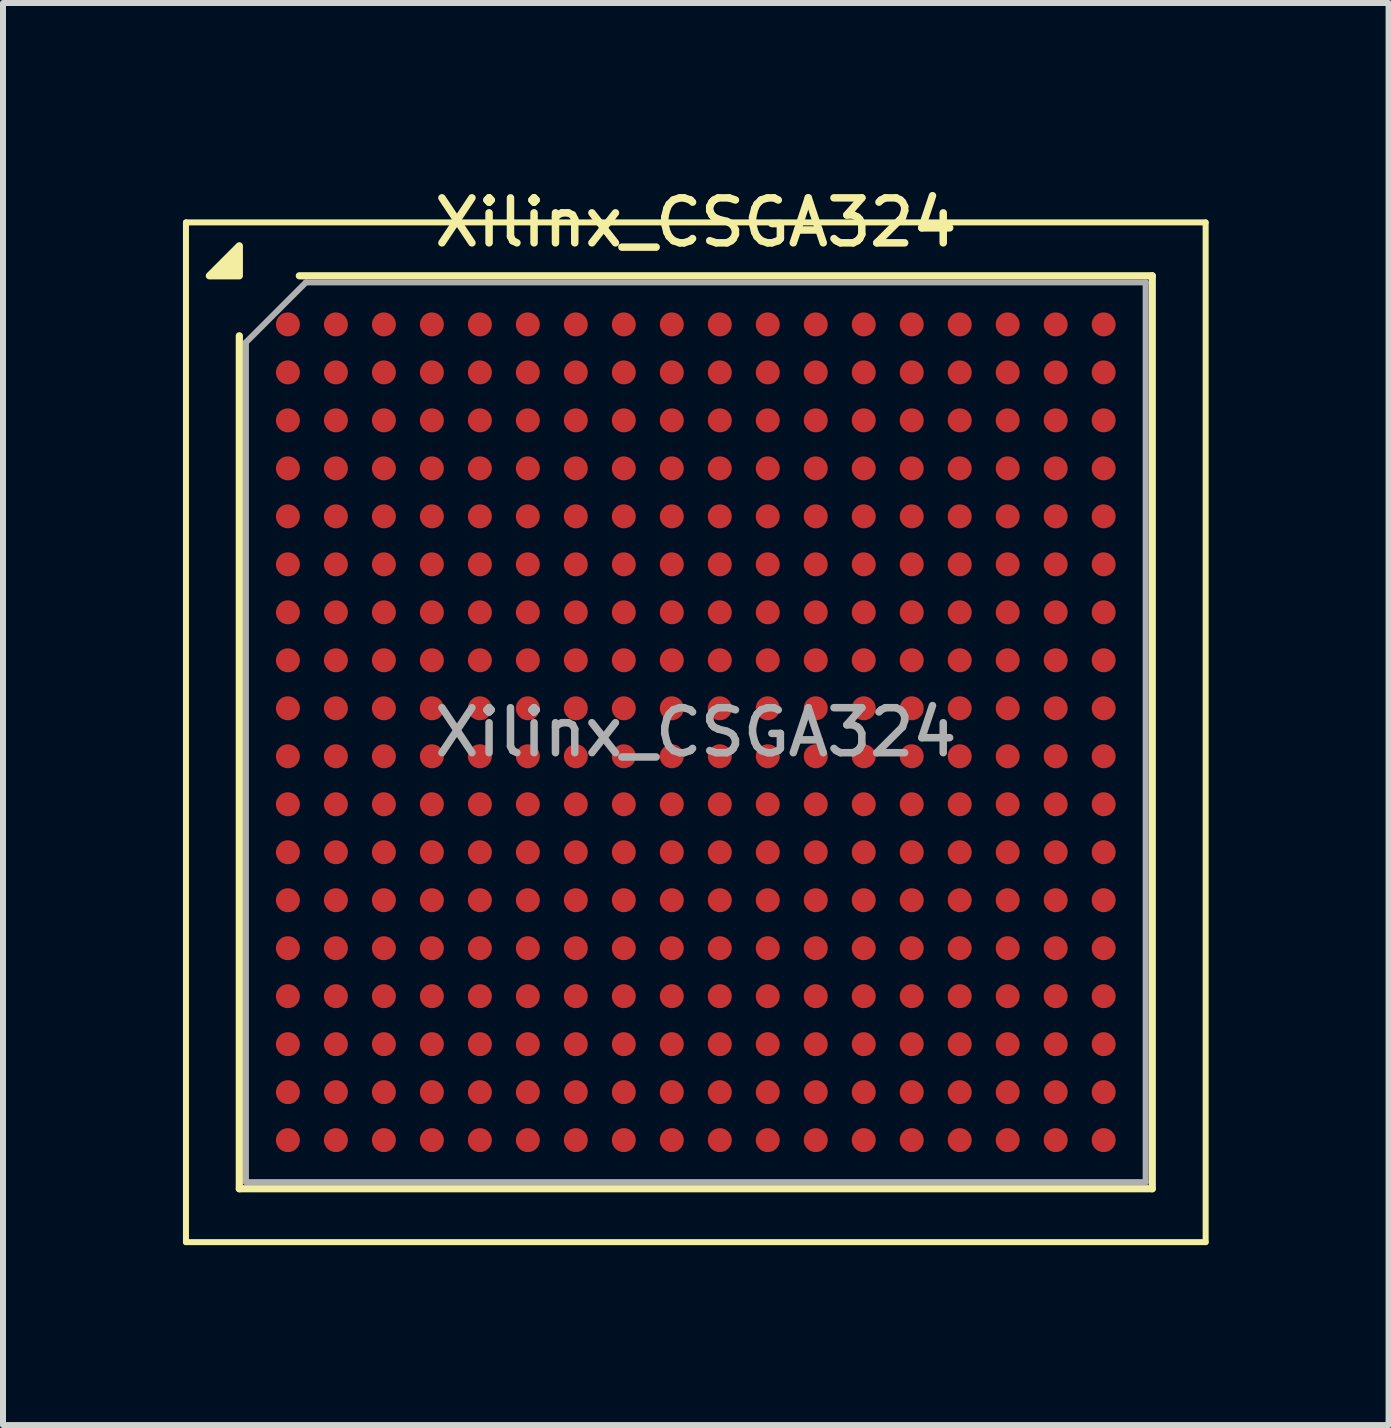
<source format=kicad_pcb>
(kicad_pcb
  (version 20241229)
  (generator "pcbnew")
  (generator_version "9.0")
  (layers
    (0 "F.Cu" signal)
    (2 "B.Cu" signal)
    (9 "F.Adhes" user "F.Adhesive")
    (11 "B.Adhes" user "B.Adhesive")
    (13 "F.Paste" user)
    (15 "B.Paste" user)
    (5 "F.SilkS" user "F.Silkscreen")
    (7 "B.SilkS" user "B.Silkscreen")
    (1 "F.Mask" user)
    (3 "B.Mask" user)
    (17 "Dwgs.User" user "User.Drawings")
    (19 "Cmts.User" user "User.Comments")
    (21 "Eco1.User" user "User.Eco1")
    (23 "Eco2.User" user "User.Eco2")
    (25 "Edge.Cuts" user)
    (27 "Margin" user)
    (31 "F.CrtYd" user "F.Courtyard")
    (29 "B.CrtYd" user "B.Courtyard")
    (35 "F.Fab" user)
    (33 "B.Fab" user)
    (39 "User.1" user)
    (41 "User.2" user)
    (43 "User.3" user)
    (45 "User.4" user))
  (footprint "Xilinx_CSGA324"
    (layer "F.Cu")
    (at 8.55 9.158)
    (property "Reference" "Xilinx_CSGA324" (at 0 -8.5 0) (layer "F.SilkS") (effects (font (size 0.75 0.75) (thickness 0.125))))
    (attr smd)
    (fp_line (start -8.5 -8.5) (end -8.5 8.5) (stroke (width 0.1) (type solid)) (layer "F.SilkS"))
    (fp_line (start -8.5 8.5) (end 8.5 8.5) (stroke (width 0.1) (type solid)) (layer "F.SilkS"))
    (fp_line (start -7.61 7.61) (end -7.61 -6.61) (stroke (width 0.12) (type solid)) (layer "F.SilkS"))
    (fp_line (start -6.61 -7.61) (end 7.61 -7.61) (stroke (width 0.12) (type solid)) (layer "F.SilkS"))
    (fp_line (start 7.61 -7.61) (end 7.61 7.61) (stroke (width 0.12) (type solid)) (layer "F.SilkS"))
    (fp_line (start 7.61 7.61) (end -7.61 7.61) (stroke (width 0.12) (type solid)) (layer "F.SilkS"))
    (fp_line (start 8.5 -8.5) (end -8.5 -8.5) (stroke (width 0.1) (type solid)) (layer "F.SilkS"))
    (fp_line (start 8.5 8.5) (end 8.5 -8.5) (stroke (width 0.1) (type solid)) (layer "F.SilkS"))
    (fp_poly (pts (xy -7.61 -7.61) (xy -8.11 -7.61) (xy -7.61 -8.11) (xy -7.61 -7.61)) (stroke (width 0.12) (type solid)) (fill yes) (layer "F.SilkS"))
    (fp_line (start -7.5 -6.5) (end -6.5 -7.5) (stroke (width 0.1) (type solid)) (layer "F.Fab"))
    (fp_line (start -7.5 7.5) (end -7.5 -6.5) (stroke (width 0.1) (type solid)) (layer "F.Fab"))
    (fp_line (start -6.5 -7.5) (end 7.5 -7.5) (stroke (width 0.1) (type solid)) (layer "F.Fab"))
    (fp_line (start 7.5 -7.5) (end 7.5 7.5) (stroke (width 0.1) (type solid)) (layer "F.Fab"))
    (fp_line (start 7.5 7.5) (end -7.5 7.5) (stroke (width 0.1) (type solid)) (layer "F.Fab"))
    (fp_text user "${REFERENCE}" (at 0 0 0) (layer "F.Fab") (effects (font (size 0.75 0.75) (thickness 0.125))))
    (pad "A1" smd circle (at -6.8 -6.8) (size 0.4 0.4) (property pad_prop_bga) (layers "F.Cu" "F.Mask" "F.Paste"))
    (pad "A2" smd circle (at -6 -6.8) (size 0.4 0.4) (property pad_prop_bga) (layers "F.Cu" "F.Mask" "F.Paste"))
    (pad "A3" smd circle (at -5.2 -6.8) (size 0.4 0.4) (property pad_prop_bga) (layers "F.Cu" "F.Mask" "F.Paste"))
    (pad "A4" smd circle (at -4.4 -6.8) (size 0.4 0.4) (property pad_prop_bga) (layers "F.Cu" "F.Mask" "F.Paste"))
    (pad "A5" smd circle (at -3.6 -6.8) (size 0.4 0.4) (property pad_prop_bga) (layers "F.Cu" "F.Mask" "F.Paste"))
    (pad "A6" smd circle (at -2.8 -6.8) (size 0.4 0.4) (property pad_prop_bga) (layers "F.Cu" "F.Mask" "F.Paste"))
    (pad "A7" smd circle (at -2 -6.8) (size 0.4 0.4) (property pad_prop_bga) (layers "F.Cu" "F.Mask" "F.Paste"))
    (pad "A8" smd circle (at -1.2 -6.8) (size 0.4 0.4) (property pad_prop_bga) (layers "F.Cu" "F.Mask" "F.Paste"))
    (pad "A9" smd circle (at -0.4 -6.8) (size 0.4 0.4) (property pad_prop_bga) (layers "F.Cu" "F.Mask" "F.Paste"))
    (pad "A10" smd circle (at 0.4 -6.8) (size 0.4 0.4) (property pad_prop_bga) (layers "F.Cu" "F.Mask" "F.Paste"))
    (pad "A11" smd circle (at 1.2 -6.8) (size 0.4 0.4) (property pad_prop_bga) (layers "F.Cu" "F.Mask" "F.Paste"))
    (pad "A12" smd circle (at 2 -6.8) (size 0.4 0.4) (property pad_prop_bga) (layers "F.Cu" "F.Mask" "F.Paste"))
    (pad "A13" smd circle (at 2.8 -6.8) (size 0.4 0.4) (property pad_prop_bga) (layers "F.Cu" "F.Mask" "F.Paste"))
    (pad "A14" smd circle (at 3.6 -6.8) (size 0.4 0.4) (property pad_prop_bga) (layers "F.Cu" "F.Mask" "F.Paste"))
    (pad "A15" smd circle (at 4.4 -6.8) (size 0.4 0.4) (property pad_prop_bga) (layers "F.Cu" "F.Mask" "F.Paste"))
    (pad "A16" smd circle (at 5.2 -6.8) (size 0.4 0.4) (property pad_prop_bga) (layers "F.Cu" "F.Mask" "F.Paste"))
    (pad "A17" smd circle (at 6 -6.8) (size 0.4 0.4) (property pad_prop_bga) (layers "F.Cu" "F.Mask" "F.Paste"))
    (pad "A18" smd circle (at 6.8 -6.8) (size 0.4 0.4) (property pad_prop_bga) (layers "F.Cu" "F.Mask" "F.Paste"))
    (pad "B1" smd circle (at -6.8 -6) (size 0.4 0.4) (property pad_prop_bga) (layers "F.Cu" "F.Mask" "F.Paste"))
    (pad "B2" smd circle (at -6 -6) (size 0.4 0.4) (property pad_prop_bga) (layers "F.Cu" "F.Mask" "F.Paste"))
    (pad "B3" smd circle (at -5.2 -6) (size 0.4 0.4) (property pad_prop_bga) (layers "F.Cu" "F.Mask" "F.Paste"))
    (pad "B4" smd circle (at -4.4 -6) (size 0.4 0.4) (property pad_prop_bga) (layers "F.Cu" "F.Mask" "F.Paste"))
    (pad "B5" smd circle (at -3.6 -6) (size 0.4 0.4) (property pad_prop_bga) (layers "F.Cu" "F.Mask" "F.Paste"))
    (pad "B6" smd circle (at -2.8 -6) (size 0.4 0.4) (property pad_prop_bga) (layers "F.Cu" "F.Mask" "F.Paste"))
    (pad "B7" smd circle (at -2 -6) (size 0.4 0.4) (property pad_prop_bga) (layers "F.Cu" "F.Mask" "F.Paste"))
    (pad "B8" smd circle (at -1.2 -6) (size 0.4 0.4) (property pad_prop_bga) (layers "F.Cu" "F.Mask" "F.Paste"))
    (pad "B9" smd circle (at -0.4 -6) (size 0.4 0.4) (property pad_prop_bga) (layers "F.Cu" "F.Mask" "F.Paste"))
    (pad "B10" smd circle (at 0.4 -6) (size 0.4 0.4) (property pad_prop_bga) (layers "F.Cu" "F.Mask" "F.Paste"))
    (pad "B11" smd circle (at 1.2 -6) (size 0.4 0.4) (property pad_prop_bga) (layers "F.Cu" "F.Mask" "F.Paste"))
    (pad "B12" smd circle (at 2 -6) (size 0.4 0.4) (property pad_prop_bga) (layers "F.Cu" "F.Mask" "F.Paste"))
    (pad "B13" smd circle (at 2.8 -6) (size 0.4 0.4) (property pad_prop_bga) (layers "F.Cu" "F.Mask" "F.Paste"))
    (pad "B14" smd circle (at 3.6 -6) (size 0.4 0.4) (property pad_prop_bga) (layers "F.Cu" "F.Mask" "F.Paste"))
    (pad "B15" smd circle (at 4.4 -6) (size 0.4 0.4) (property pad_prop_bga) (layers "F.Cu" "F.Mask" "F.Paste"))
    (pad "B16" smd circle (at 5.2 -6) (size 0.4 0.4) (property pad_prop_bga) (layers "F.Cu" "F.Mask" "F.Paste"))
    (pad "B17" smd circle (at 6 -6) (size 0.4 0.4) (property pad_prop_bga) (layers "F.Cu" "F.Mask" "F.Paste"))
    (pad "B18" smd circle (at 6.8 -6) (size 0.4 0.4) (property pad_prop_bga) (layers "F.Cu" "F.Mask" "F.Paste"))
    (pad "C1" smd circle (at -6.8 -5.2) (size 0.4 0.4) (property pad_prop_bga) (layers "F.Cu" "F.Mask" "F.Paste"))
    (pad "C2" smd circle (at -6 -5.2) (size 0.4 0.4) (property pad_prop_bga) (layers "F.Cu" "F.Mask" "F.Paste"))
    (pad "C3" smd circle (at -5.2 -5.2) (size 0.4 0.4) (property pad_prop_bga) (layers "F.Cu" "F.Mask" "F.Paste"))
    (pad "C4" smd circle (at -4.4 -5.2) (size 0.4 0.4) (property pad_prop_bga) (layers "F.Cu" "F.Mask" "F.Paste"))
    (pad "C5" smd circle (at -3.6 -5.2) (size 0.4 0.4) (property pad_prop_bga) (layers "F.Cu" "F.Mask" "F.Paste"))
    (pad "C6" smd circle (at -2.8 -5.2) (size 0.4 0.4) (property pad_prop_bga) (layers "F.Cu" "F.Mask" "F.Paste"))
    (pad "C7" smd circle (at -2 -5.2) (size 0.4 0.4) (property pad_prop_bga) (layers "F.Cu" "F.Mask" "F.Paste"))
    (pad "C8" smd circle (at -1.2 -5.2) (size 0.4 0.4) (property pad_prop_bga) (layers "F.Cu" "F.Mask" "F.Paste"))
    (pad "C9" smd circle (at -0.4 -5.2) (size 0.4 0.4) (property pad_prop_bga) (layers "F.Cu" "F.Mask" "F.Paste"))
    (pad "C10" smd circle (at 0.4 -5.2) (size 0.4 0.4) (property pad_prop_bga) (layers "F.Cu" "F.Mask" "F.Paste"))
    (pad "C11" smd circle (at 1.2 -5.2) (size 0.4 0.4) (property pad_prop_bga) (layers "F.Cu" "F.Mask" "F.Paste"))
    (pad "C12" smd circle (at 2 -5.2) (size 0.4 0.4) (property pad_prop_bga) (layers "F.Cu" "F.Mask" "F.Paste"))
    (pad "C13" smd circle (at 2.8 -5.2) (size 0.4 0.4) (property pad_prop_bga) (layers "F.Cu" "F.Mask" "F.Paste"))
    (pad "C14" smd circle (at 3.6 -5.2) (size 0.4 0.4) (property pad_prop_bga) (layers "F.Cu" "F.Mask" "F.Paste"))
    (pad "C15" smd circle (at 4.4 -5.2) (size 0.4 0.4) (property pad_prop_bga) (layers "F.Cu" "F.Mask" "F.Paste"))
    (pad "C16" smd circle (at 5.2 -5.2) (size 0.4 0.4) (property pad_prop_bga) (layers "F.Cu" "F.Mask" "F.Paste"))
    (pad "C17" smd circle (at 6 -5.2) (size 0.4 0.4) (property pad_prop_bga) (layers "F.Cu" "F.Mask" "F.Paste"))
    (pad "C18" smd circle (at 6.8 -5.2) (size 0.4 0.4) (property pad_prop_bga) (layers "F.Cu" "F.Mask" "F.Paste"))
    (pad "D1" smd circle (at -6.8 -4.4) (size 0.4 0.4) (property pad_prop_bga) (layers "F.Cu" "F.Mask" "F.Paste"))
    (pad "D2" smd circle (at -6 -4.4) (size 0.4 0.4) (property pad_prop_bga) (layers "F.Cu" "F.Mask" "F.Paste"))
    (pad "D3" smd circle (at -5.2 -4.4) (size 0.4 0.4) (property pad_prop_bga) (layers "F.Cu" "F.Mask" "F.Paste"))
    (pad "D4" smd circle (at -4.4 -4.4) (size 0.4 0.4) (property pad_prop_bga) (layers "F.Cu" "F.Mask" "F.Paste"))
    (pad "D5" smd circle (at -3.6 -4.4) (size 0.4 0.4) (property pad_prop_bga) (layers "F.Cu" "F.Mask" "F.Paste"))
    (pad "D6" smd circle (at -2.8 -4.4) (size 0.4 0.4) (property pad_prop_bga) (layers "F.Cu" "F.Mask" "F.Paste"))
    (pad "D7" smd circle (at -2 -4.4) (size 0.4 0.4) (property pad_prop_bga) (layers "F.Cu" "F.Mask" "F.Paste"))
    (pad "D8" smd circle (at -1.2 -4.4) (size 0.4 0.4) (property pad_prop_bga) (layers "F.Cu" "F.Mask" "F.Paste"))
    (pad "D9" smd circle (at -0.4 -4.4) (size 0.4 0.4) (property pad_prop_bga) (layers "F.Cu" "F.Mask" "F.Paste"))
    (pad "D10" smd circle (at 0.4 -4.4) (size 0.4 0.4) (property pad_prop_bga) (layers "F.Cu" "F.Mask" "F.Paste"))
    (pad "D11" smd circle (at 1.2 -4.4) (size 0.4 0.4) (property pad_prop_bga) (layers "F.Cu" "F.Mask" "F.Paste"))
    (pad "D12" smd circle (at 2 -4.4) (size 0.4 0.4) (property pad_prop_bga) (layers "F.Cu" "F.Mask" "F.Paste"))
    (pad "D13" smd circle (at 2.8 -4.4) (size 0.4 0.4) (property pad_prop_bga) (layers "F.Cu" "F.Mask" "F.Paste"))
    (pad "D14" smd circle (at 3.6 -4.4) (size 0.4 0.4) (property pad_prop_bga) (layers "F.Cu" "F.Mask" "F.Paste"))
    (pad "D15" smd circle (at 4.4 -4.4) (size 0.4 0.4) (property pad_prop_bga) (layers "F.Cu" "F.Mask" "F.Paste"))
    (pad "D16" smd circle (at 5.2 -4.4) (size 0.4 0.4) (property pad_prop_bga) (layers "F.Cu" "F.Mask" "F.Paste"))
    (pad "D17" smd circle (at 6 -4.4) (size 0.4 0.4) (property pad_prop_bga) (layers "F.Cu" "F.Mask" "F.Paste"))
    (pad "D18" smd circle (at 6.8 -4.4) (size 0.4 0.4) (property pad_prop_bga) (layers "F.Cu" "F.Mask" "F.Paste"))
    (pad "E1" smd circle (at -6.8 -3.6) (size 0.4 0.4) (property pad_prop_bga) (layers "F.Cu" "F.Mask" "F.Paste"))
    (pad "E2" smd circle (at -6 -3.6) (size 0.4 0.4) (property pad_prop_bga) (layers "F.Cu" "F.Mask" "F.Paste"))
    (pad "E3" smd circle (at -5.2 -3.6) (size 0.4 0.4) (property pad_prop_bga) (layers "F.Cu" "F.Mask" "F.Paste"))
    (pad "E4" smd circle (at -4.4 -3.6) (size 0.4 0.4) (property pad_prop_bga) (layers "F.Cu" "F.Mask" "F.Paste"))
    (pad "E5" smd circle (at -3.6 -3.6) (size 0.4 0.4) (property pad_prop_bga) (layers "F.Cu" "F.Mask" "F.Paste"))
    (pad "E6" smd circle (at -2.8 -3.6) (size 0.4 0.4) (property pad_prop_bga) (layers "F.Cu" "F.Mask" "F.Paste"))
    (pad "E7" smd circle (at -2 -3.6) (size 0.4 0.4) (property pad_prop_bga) (layers "F.Cu" "F.Mask" "F.Paste"))
    (pad "E8" smd circle (at -1.2 -3.6) (size 0.4 0.4) (property pad_prop_bga) (layers "F.Cu" "F.Mask" "F.Paste"))
    (pad "E9" smd circle (at -0.4 -3.6) (size 0.4 0.4) (property pad_prop_bga) (layers "F.Cu" "F.Mask" "F.Paste"))
    (pad "E10" smd circle (at 0.4 -3.6) (size 0.4 0.4) (property pad_prop_bga) (layers "F.Cu" "F.Mask" "F.Paste"))
    (pad "E11" smd circle (at 1.2 -3.6) (size 0.4 0.4) (property pad_prop_bga) (layers "F.Cu" "F.Mask" "F.Paste"))
    (pad "E12" smd circle (at 2 -3.6) (size 0.4 0.4) (property pad_prop_bga) (layers "F.Cu" "F.Mask" "F.Paste"))
    (pad "E13" smd circle (at 2.8 -3.6) (size 0.4 0.4) (property pad_prop_bga) (layers "F.Cu" "F.Mask" "F.Paste"))
    (pad "E14" smd circle (at 3.6 -3.6) (size 0.4 0.4) (property pad_prop_bga) (layers "F.Cu" "F.Mask" "F.Paste"))
    (pad "E15" smd circle (at 4.4 -3.6) (size 0.4 0.4) (property pad_prop_bga) (layers "F.Cu" "F.Mask" "F.Paste"))
    (pad "E16" smd circle (at 5.2 -3.6) (size 0.4 0.4) (property pad_prop_bga) (layers "F.Cu" "F.Mask" "F.Paste"))
    (pad "E17" smd circle (at 6 -3.6) (size 0.4 0.4) (property pad_prop_bga) (layers "F.Cu" "F.Mask" "F.Paste"))
    (pad "E18" smd circle (at 6.8 -3.6) (size 0.4 0.4) (property pad_prop_bga) (layers "F.Cu" "F.Mask" "F.Paste"))
    (pad "F1" smd circle (at -6.8 -2.8) (size 0.4 0.4) (property pad_prop_bga) (layers "F.Cu" "F.Mask" "F.Paste"))
    (pad "F2" smd circle (at -6 -2.8) (size 0.4 0.4) (property pad_prop_bga) (layers "F.Cu" "F.Mask" "F.Paste"))
    (pad "F3" smd circle (at -5.2 -2.8) (size 0.4 0.4) (property pad_prop_bga) (layers "F.Cu" "F.Mask" "F.Paste"))
    (pad "F4" smd circle (at -4.4 -2.8) (size 0.4 0.4) (property pad_prop_bga) (layers "F.Cu" "F.Mask" "F.Paste"))
    (pad "F5" smd circle (at -3.6 -2.8) (size 0.4 0.4) (property pad_prop_bga) (layers "F.Cu" "F.Mask" "F.Paste"))
    (pad "F6" smd circle (at -2.8 -2.8) (size 0.4 0.4) (property pad_prop_bga) (layers "F.Cu" "F.Mask" "F.Paste"))
    (pad "F7" smd circle (at -2 -2.8) (size 0.4 0.4) (property pad_prop_bga) (layers "F.Cu" "F.Mask" "F.Paste"))
    (pad "F8" smd circle (at -1.2 -2.8) (size 0.4 0.4) (property pad_prop_bga) (layers "F.Cu" "F.Mask" "F.Paste"))
    (pad "F9" smd circle (at -0.4 -2.8) (size 0.4 0.4) (property pad_prop_bga) (layers "F.Cu" "F.Mask" "F.Paste"))
    (pad "F10" smd circle (at 0.4 -2.8) (size 0.4 0.4) (property pad_prop_bga) (layers "F.Cu" "F.Mask" "F.Paste"))
    (pad "F11" smd circle (at 1.2 -2.8) (size 0.4 0.4) (property pad_prop_bga) (layers "F.Cu" "F.Mask" "F.Paste"))
    (pad "F12" smd circle (at 2 -2.8) (size 0.4 0.4) (property pad_prop_bga) (layers "F.Cu" "F.Mask" "F.Paste"))
    (pad "F13" smd circle (at 2.8 -2.8) (size 0.4 0.4) (property pad_prop_bga) (layers "F.Cu" "F.Mask" "F.Paste"))
    (pad "F14" smd circle (at 3.6 -2.8) (size 0.4 0.4) (property pad_prop_bga) (layers "F.Cu" "F.Mask" "F.Paste"))
    (pad "F15" smd circle (at 4.4 -2.8) (size 0.4 0.4) (property pad_prop_bga) (layers "F.Cu" "F.Mask" "F.Paste"))
    (pad "F16" smd circle (at 5.2 -2.8) (size 0.4 0.4) (property pad_prop_bga) (layers "F.Cu" "F.Mask" "F.Paste"))
    (pad "F17" smd circle (at 6 -2.8) (size 0.4 0.4) (property pad_prop_bga) (layers "F.Cu" "F.Mask" "F.Paste"))
    (pad "F18" smd circle (at 6.8 -2.8) (size 0.4 0.4) (property pad_prop_bga) (layers "F.Cu" "F.Mask" "F.Paste"))
    (pad "G1" smd circle (at -6.8 -2) (size 0.4 0.4) (property pad_prop_bga) (layers "F.Cu" "F.Mask" "F.Paste"))
    (pad "G2" smd circle (at -6 -2) (size 0.4 0.4) (property pad_prop_bga) (layers "F.Cu" "F.Mask" "F.Paste"))
    (pad "G3" smd circle (at -5.2 -2) (size 0.4 0.4) (property pad_prop_bga) (layers "F.Cu" "F.Mask" "F.Paste"))
    (pad "G4" smd circle (at -4.4 -2) (size 0.4 0.4) (property pad_prop_bga) (layers "F.Cu" "F.Mask" "F.Paste"))
    (pad "G5" smd circle (at -3.6 -2) (size 0.4 0.4) (property pad_prop_bga) (layers "F.Cu" "F.Mask" "F.Paste"))
    (pad "G6" smd circle (at -2.8 -2) (size 0.4 0.4) (property pad_prop_bga) (layers "F.Cu" "F.Mask" "F.Paste"))
    (pad "G7" smd circle (at -2 -2) (size 0.4 0.4) (property pad_prop_bga) (layers "F.Cu" "F.Mask" "F.Paste"))
    (pad "G8" smd circle (at -1.2 -2) (size 0.4 0.4) (property pad_prop_bga) (layers "F.Cu" "F.Mask" "F.Paste"))
    (pad "G9" smd circle (at -0.4 -2) (size 0.4 0.4) (property pad_prop_bga) (layers "F.Cu" "F.Mask" "F.Paste"))
    (pad "G10" smd circle (at 0.4 -2) (size 0.4 0.4) (property pad_prop_bga) (layers "F.Cu" "F.Mask" "F.Paste"))
    (pad "G11" smd circle (at 1.2 -2) (size 0.4 0.4) (property pad_prop_bga) (layers "F.Cu" "F.Mask" "F.Paste"))
    (pad "G12" smd circle (at 2 -2) (size 0.4 0.4) (property pad_prop_bga) (layers "F.Cu" "F.Mask" "F.Paste"))
    (pad "G13" smd circle (at 2.8 -2) (size 0.4 0.4) (property pad_prop_bga) (layers "F.Cu" "F.Mask" "F.Paste"))
    (pad "G14" smd circle (at 3.6 -2) (size 0.4 0.4) (property pad_prop_bga) (layers "F.Cu" "F.Mask" "F.Paste"))
    (pad "G15" smd circle (at 4.4 -2) (size 0.4 0.4) (property pad_prop_bga) (layers "F.Cu" "F.Mask" "F.Paste"))
    (pad "G16" smd circle (at 5.2 -2) (size 0.4 0.4) (property pad_prop_bga) (layers "F.Cu" "F.Mask" "F.Paste"))
    (pad "G17" smd circle (at 6 -2) (size 0.4 0.4) (property pad_prop_bga) (layers "F.Cu" "F.Mask" "F.Paste"))
    (pad "G18" smd circle (at 6.8 -2) (size 0.4 0.4) (property pad_prop_bga) (layers "F.Cu" "F.Mask" "F.Paste"))
    (pad "H1" smd circle (at -6.8 -1.2) (size 0.4 0.4) (property pad_prop_bga) (layers "F.Cu" "F.Mask" "F.Paste"))
    (pad "H2" smd circle (at -6 -1.2) (size 0.4 0.4) (property pad_prop_bga) (layers "F.Cu" "F.Mask" "F.Paste"))
    (pad "H3" smd circle (at -5.2 -1.2) (size 0.4 0.4) (property pad_prop_bga) (layers "F.Cu" "F.Mask" "F.Paste"))
    (pad "H4" smd circle (at -4.4 -1.2) (size 0.4 0.4) (property pad_prop_bga) (layers "F.Cu" "F.Mask" "F.Paste"))
    (pad "H5" smd circle (at -3.6 -1.2) (size 0.4 0.4) (property pad_prop_bga) (layers "F.Cu" "F.Mask" "F.Paste"))
    (pad "H6" smd circle (at -2.8 -1.2) (size 0.4 0.4) (property pad_prop_bga) (layers "F.Cu" "F.Mask" "F.Paste"))
    (pad "H7" smd circle (at -2 -1.2) (size 0.4 0.4) (property pad_prop_bga) (layers "F.Cu" "F.Mask" "F.Paste"))
    (pad "H8" smd circle (at -1.2 -1.2) (size 0.4 0.4) (property pad_prop_bga) (layers "F.Cu" "F.Mask" "F.Paste"))
    (pad "H9" smd circle (at -0.4 -1.2) (size 0.4 0.4) (property pad_prop_bga) (layers "F.Cu" "F.Mask" "F.Paste"))
    (pad "H10" smd circle (at 0.4 -1.2) (size 0.4 0.4) (property pad_prop_bga) (layers "F.Cu" "F.Mask" "F.Paste"))
    (pad "H11" smd circle (at 1.2 -1.2) (size 0.4 0.4) (property pad_prop_bga) (layers "F.Cu" "F.Mask" "F.Paste"))
    (pad "H12" smd circle (at 2 -1.2) (size 0.4 0.4) (property pad_prop_bga) (layers "F.Cu" "F.Mask" "F.Paste"))
    (pad "H13" smd circle (at 2.8 -1.2) (size 0.4 0.4) (property pad_prop_bga) (layers "F.Cu" "F.Mask" "F.Paste"))
    (pad "H14" smd circle (at 3.6 -1.2) (size 0.4 0.4) (property pad_prop_bga) (layers "F.Cu" "F.Mask" "F.Paste"))
    (pad "H15" smd circle (at 4.4 -1.2) (size 0.4 0.4) (property pad_prop_bga) (layers "F.Cu" "F.Mask" "F.Paste"))
    (pad "H16" smd circle (at 5.2 -1.2) (size 0.4 0.4) (property pad_prop_bga) (layers "F.Cu" "F.Mask" "F.Paste"))
    (pad "H17" smd circle (at 6 -1.2) (size 0.4 0.4) (property pad_prop_bga) (layers "F.Cu" "F.Mask" "F.Paste"))
    (pad "H18" smd circle (at 6.8 -1.2) (size 0.4 0.4) (property pad_prop_bga) (layers "F.Cu" "F.Mask" "F.Paste"))
    (pad "J1" smd circle (at -6.8 -0.4) (size 0.4 0.4) (property pad_prop_bga) (layers "F.Cu" "F.Mask" "F.Paste"))
    (pad "J2" smd circle (at -6 -0.4) (size 0.4 0.4) (property pad_prop_bga) (layers "F.Cu" "F.Mask" "F.Paste"))
    (pad "J3" smd circle (at -5.2 -0.4) (size 0.4 0.4) (property pad_prop_bga) (layers "F.Cu" "F.Mask" "F.Paste"))
    (pad "J4" smd circle (at -4.4 -0.4) (size 0.4 0.4) (property pad_prop_bga) (layers "F.Cu" "F.Mask" "F.Paste"))
    (pad "J5" smd circle (at -3.6 -0.4) (size 0.4 0.4) (property pad_prop_bga) (layers "F.Cu" "F.Mask" "F.Paste"))
    (pad "J6" smd circle (at -2.8 -0.4) (size 0.4 0.4) (property pad_prop_bga) (layers "F.Cu" "F.Mask" "F.Paste"))
    (pad "J7" smd circle (at -2 -0.4) (size 0.4 0.4) (property pad_prop_bga) (layers "F.Cu" "F.Mask" "F.Paste"))
    (pad "J8" smd circle (at -1.2 -0.4) (size 0.4 0.4) (property pad_prop_bga) (layers "F.Cu" "F.Mask" "F.Paste"))
    (pad "J9" smd circle (at -0.4 -0.4) (size 0.4 0.4) (property pad_prop_bga) (layers "F.Cu" "F.Mask" "F.Paste"))
    (pad "J10" smd circle (at 0.4 -0.4) (size 0.4 0.4) (property pad_prop_bga) (layers "F.Cu" "F.Mask" "F.Paste"))
    (pad "J11" smd circle (at 1.2 -0.4) (size 0.4 0.4) (property pad_prop_bga) (layers "F.Cu" "F.Mask" "F.Paste"))
    (pad "J12" smd circle (at 2 -0.4) (size 0.4 0.4) (property pad_prop_bga) (layers "F.Cu" "F.Mask" "F.Paste"))
    (pad "J13" smd circle (at 2.8 -0.4) (size 0.4 0.4) (property pad_prop_bga) (layers "F.Cu" "F.Mask" "F.Paste"))
    (pad "J14" smd circle (at 3.6 -0.4) (size 0.4 0.4) (property pad_prop_bga) (layers "F.Cu" "F.Mask" "F.Paste"))
    (pad "J15" smd circle (at 4.4 -0.4) (size 0.4 0.4) (property pad_prop_bga) (layers "F.Cu" "F.Mask" "F.Paste"))
    (pad "J16" smd circle (at 5.2 -0.4) (size 0.4 0.4) (property pad_prop_bga) (layers "F.Cu" "F.Mask" "F.Paste"))
    (pad "J17" smd circle (at 6 -0.4) (size 0.4 0.4) (property pad_prop_bga) (layers "F.Cu" "F.Mask" "F.Paste"))
    (pad "J18" smd circle (at 6.8 -0.4) (size 0.4 0.4) (property pad_prop_bga) (layers "F.Cu" "F.Mask" "F.Paste"))
    (pad "K1" smd circle (at -6.8 0.4) (size 0.4 0.4) (property pad_prop_bga) (layers "F.Cu" "F.Mask" "F.Paste"))
    (pad "K2" smd circle (at -6 0.4) (size 0.4 0.4) (property pad_prop_bga) (layers "F.Cu" "F.Mask" "F.Paste"))
    (pad "K3" smd circle (at -5.2 0.4) (size 0.4 0.4) (property pad_prop_bga) (layers "F.Cu" "F.Mask" "F.Paste"))
    (pad "K4" smd circle (at -4.4 0.4) (size 0.4 0.4) (property pad_prop_bga) (layers "F.Cu" "F.Mask" "F.Paste"))
    (pad "K5" smd circle (at -3.6 0.4) (size 0.4 0.4) (property pad_prop_bga) (layers "F.Cu" "F.Mask" "F.Paste"))
    (pad "K6" smd circle (at -2.8 0.4) (size 0.4 0.4) (property pad_prop_bga) (layers "F.Cu" "F.Mask" "F.Paste"))
    (pad "K7" smd circle (at -2 0.4) (size 0.4 0.4) (property pad_prop_bga) (layers "F.Cu" "F.Mask" "F.Paste"))
    (pad "K8" smd circle (at -1.2 0.4) (size 0.4 0.4) (property pad_prop_bga) (layers "F.Cu" "F.Mask" "F.Paste"))
    (pad "K9" smd circle (at -0.4 0.4) (size 0.4 0.4) (property pad_prop_bga) (layers "F.Cu" "F.Mask" "F.Paste"))
    (pad "K10" smd circle (at 0.4 0.4) (size 0.4 0.4) (property pad_prop_bga) (layers "F.Cu" "F.Mask" "F.Paste"))
    (pad "K11" smd circle (at 1.2 0.4) (size 0.4 0.4) (property pad_prop_bga) (layers "F.Cu" "F.Mask" "F.Paste"))
    (pad "K12" smd circle (at 2 0.4) (size 0.4 0.4) (property pad_prop_bga) (layers "F.Cu" "F.Mask" "F.Paste"))
    (pad "K13" smd circle (at 2.8 0.4) (size 0.4 0.4) (property pad_prop_bga) (layers "F.Cu" "F.Mask" "F.Paste"))
    (pad "K14" smd circle (at 3.6 0.4) (size 0.4 0.4) (property pad_prop_bga) (layers "F.Cu" "F.Mask" "F.Paste"))
    (pad "K15" smd circle (at 4.4 0.4) (size 0.4 0.4) (property pad_prop_bga) (layers "F.Cu" "F.Mask" "F.Paste"))
    (pad "K16" smd circle (at 5.2 0.4) (size 0.4 0.4) (property pad_prop_bga) (layers "F.Cu" "F.Mask" "F.Paste"))
    (pad "K17" smd circle (at 6 0.4) (size 0.4 0.4) (property pad_prop_bga) (layers "F.Cu" "F.Mask" "F.Paste"))
    (pad "K18" smd circle (at 6.8 0.4) (size 0.4 0.4) (property pad_prop_bga) (layers "F.Cu" "F.Mask" "F.Paste"))
    (pad "L1" smd circle (at -6.8 1.2) (size 0.4 0.4) (property pad_prop_bga) (layers "F.Cu" "F.Mask" "F.Paste"))
    (pad "L2" smd circle (at -6 1.2) (size 0.4 0.4) (property pad_prop_bga) (layers "F.Cu" "F.Mask" "F.Paste"))
    (pad "L3" smd circle (at -5.2 1.2) (size 0.4 0.4) (property pad_prop_bga) (layers "F.Cu" "F.Mask" "F.Paste"))
    (pad "L4" smd circle (at -4.4 1.2) (size 0.4 0.4) (property pad_prop_bga) (layers "F.Cu" "F.Mask" "F.Paste"))
    (pad "L5" smd circle (at -3.6 1.2) (size 0.4 0.4) (property pad_prop_bga) (layers "F.Cu" "F.Mask" "F.Paste"))
    (pad "L6" smd circle (at -2.8 1.2) (size 0.4 0.4) (property pad_prop_bga) (layers "F.Cu" "F.Mask" "F.Paste"))
    (pad "L7" smd circle (at -2 1.2) (size 0.4 0.4) (property pad_prop_bga) (layers "F.Cu" "F.Mask" "F.Paste"))
    (pad "L8" smd circle (at -1.2 1.2) (size 0.4 0.4) (property pad_prop_bga) (layers "F.Cu" "F.Mask" "F.Paste"))
    (pad "L9" smd circle (at -0.4 1.2) (size 0.4 0.4) (property pad_prop_bga) (layers "F.Cu" "F.Mask" "F.Paste"))
    (pad "L10" smd circle (at 0.4 1.2) (size 0.4 0.4) (property pad_prop_bga) (layers "F.Cu" "F.Mask" "F.Paste"))
    (pad "L11" smd circle (at 1.2 1.2) (size 0.4 0.4) (property pad_prop_bga) (layers "F.Cu" "F.Mask" "F.Paste"))
    (pad "L12" smd circle (at 2 1.2) (size 0.4 0.4) (property pad_prop_bga) (layers "F.Cu" "F.Mask" "F.Paste"))
    (pad "L13" smd circle (at 2.8 1.2) (size 0.4 0.4) (property pad_prop_bga) (layers "F.Cu" "F.Mask" "F.Paste"))
    (pad "L14" smd circle (at 3.6 1.2) (size 0.4 0.4) (property pad_prop_bga) (layers "F.Cu" "F.Mask" "F.Paste"))
    (pad "L15" smd circle (at 4.4 1.2) (size 0.4 0.4) (property pad_prop_bga) (layers "F.Cu" "F.Mask" "F.Paste"))
    (pad "L16" smd circle (at 5.2 1.2) (size 0.4 0.4) (property pad_prop_bga) (layers "F.Cu" "F.Mask" "F.Paste"))
    (pad "L17" smd circle (at 6 1.2) (size 0.4 0.4) (property pad_prop_bga) (layers "F.Cu" "F.Mask" "F.Paste"))
    (pad "L18" smd circle (at 6.8 1.2) (size 0.4 0.4) (property pad_prop_bga) (layers "F.Cu" "F.Mask" "F.Paste"))
    (pad "M1" smd circle (at -6.8 2) (size 0.4 0.4) (property pad_prop_bga) (layers "F.Cu" "F.Mask" "F.Paste"))
    (pad "M2" smd circle (at -6 2) (size 0.4 0.4) (property pad_prop_bga) (layers "F.Cu" "F.Mask" "F.Paste"))
    (pad "M3" smd circle (at -5.2 2) (size 0.4 0.4) (property pad_prop_bga) (layers "F.Cu" "F.Mask" "F.Paste"))
    (pad "M4" smd circle (at -4.4 2) (size 0.4 0.4) (property pad_prop_bga) (layers "F.Cu" "F.Mask" "F.Paste"))
    (pad "M5" smd circle (at -3.6 2) (size 0.4 0.4) (property pad_prop_bga) (layers "F.Cu" "F.Mask" "F.Paste"))
    (pad "M6" smd circle (at -2.8 2) (size 0.4 0.4) (property pad_prop_bga) (layers "F.Cu" "F.Mask" "F.Paste"))
    (pad "M7" smd circle (at -2 2) (size 0.4 0.4) (property pad_prop_bga) (layers "F.Cu" "F.Mask" "F.Paste"))
    (pad "M8" smd circle (at -1.2 2) (size 0.4 0.4) (property pad_prop_bga) (layers "F.Cu" "F.Mask" "F.Paste"))
    (pad "M9" smd circle (at -0.4 2) (size 0.4 0.4) (property pad_prop_bga) (layers "F.Cu" "F.Mask" "F.Paste"))
    (pad "M10" smd circle (at 0.4 2) (size 0.4 0.4) (property pad_prop_bga) (layers "F.Cu" "F.Mask" "F.Paste"))
    (pad "M11" smd circle (at 1.2 2) (size 0.4 0.4) (property pad_prop_bga) (layers "F.Cu" "F.Mask" "F.Paste"))
    (pad "M12" smd circle (at 2 2) (size 0.4 0.4) (property pad_prop_bga) (layers "F.Cu" "F.Mask" "F.Paste"))
    (pad "M13" smd circle (at 2.8 2) (size 0.4 0.4) (property pad_prop_bga) (layers "F.Cu" "F.Mask" "F.Paste"))
    (pad "M14" smd circle (at 3.6 2) (size 0.4 0.4) (property pad_prop_bga) (layers "F.Cu" "F.Mask" "F.Paste"))
    (pad "M15" smd circle (at 4.4 2) (size 0.4 0.4) (property pad_prop_bga) (layers "F.Cu" "F.Mask" "F.Paste"))
    (pad "M16" smd circle (at 5.2 2) (size 0.4 0.4) (property pad_prop_bga) (layers "F.Cu" "F.Mask" "F.Paste"))
    (pad "M17" smd circle (at 6 2) (size 0.4 0.4) (property pad_prop_bga) (layers "F.Cu" "F.Mask" "F.Paste"))
    (pad "M18" smd circle (at 6.8 2) (size 0.4 0.4) (property pad_prop_bga) (layers "F.Cu" "F.Mask" "F.Paste"))
    (pad "N1" smd circle (at -6.8 2.8) (size 0.4 0.4) (property pad_prop_bga) (layers "F.Cu" "F.Mask" "F.Paste"))
    (pad "N2" smd circle (at -6 2.8) (size 0.4 0.4) (property pad_prop_bga) (layers "F.Cu" "F.Mask" "F.Paste"))
    (pad "N3" smd circle (at -5.2 2.8) (size 0.4 0.4) (property pad_prop_bga) (layers "F.Cu" "F.Mask" "F.Paste"))
    (pad "N4" smd circle (at -4.4 2.8) (size 0.4 0.4) (property pad_prop_bga) (layers "F.Cu" "F.Mask" "F.Paste"))
    (pad "N5" smd circle (at -3.6 2.8) (size 0.4 0.4) (property pad_prop_bga) (layers "F.Cu" "F.Mask" "F.Paste"))
    (pad "N6" smd circle (at -2.8 2.8) (size 0.4 0.4) (property pad_prop_bga) (layers "F.Cu" "F.Mask" "F.Paste"))
    (pad "N7" smd circle (at -2 2.8) (size 0.4 0.4) (property pad_prop_bga) (layers "F.Cu" "F.Mask" "F.Paste"))
    (pad "N8" smd circle (at -1.2 2.8) (size 0.4 0.4) (property pad_prop_bga) (layers "F.Cu" "F.Mask" "F.Paste"))
    (pad "N9" smd circle (at -0.4 2.8) (size 0.4 0.4) (property pad_prop_bga) (layers "F.Cu" "F.Mask" "F.Paste"))
    (pad "N10" smd circle (at 0.4 2.8) (size 0.4 0.4) (property pad_prop_bga) (layers "F.Cu" "F.Mask" "F.Paste"))
    (pad "N11" smd circle (at 1.2 2.8) (size 0.4 0.4) (property pad_prop_bga) (layers "F.Cu" "F.Mask" "F.Paste"))
    (pad "N12" smd circle (at 2 2.8) (size 0.4 0.4) (property pad_prop_bga) (layers "F.Cu" "F.Mask" "F.Paste"))
    (pad "N13" smd circle (at 2.8 2.8) (size 0.4 0.4) (property pad_prop_bga) (layers "F.Cu" "F.Mask" "F.Paste"))
    (pad "N14" smd circle (at 3.6 2.8) (size 0.4 0.4) (property pad_prop_bga) (layers "F.Cu" "F.Mask" "F.Paste"))
    (pad "N15" smd circle (at 4.4 2.8) (size 0.4 0.4) (property pad_prop_bga) (layers "F.Cu" "F.Mask" "F.Paste"))
    (pad "N16" smd circle (at 5.2 2.8) (size 0.4 0.4) (property pad_prop_bga) (layers "F.Cu" "F.Mask" "F.Paste"))
    (pad "N17" smd circle (at 6 2.8) (size 0.4 0.4) (property pad_prop_bga) (layers "F.Cu" "F.Mask" "F.Paste"))
    (pad "N18" smd circle (at 6.8 2.8) (size 0.4 0.4) (property pad_prop_bga) (layers "F.Cu" "F.Mask" "F.Paste"))
    (pad "P1" smd circle (at -6.8 3.6) (size 0.4 0.4) (property pad_prop_bga) (layers "F.Cu" "F.Mask" "F.Paste"))
    (pad "P2" smd circle (at -6 3.6) (size 0.4 0.4) (property pad_prop_bga) (layers "F.Cu" "F.Mask" "F.Paste"))
    (pad "P3" smd circle (at -5.2 3.6) (size 0.4 0.4) (property pad_prop_bga) (layers "F.Cu" "F.Mask" "F.Paste"))
    (pad "P4" smd circle (at -4.4 3.6) (size 0.4 0.4) (property pad_prop_bga) (layers "F.Cu" "F.Mask" "F.Paste"))
    (pad "P5" smd circle (at -3.6 3.6) (size 0.4 0.4) (property pad_prop_bga) (layers "F.Cu" "F.Mask" "F.Paste"))
    (pad "P6" smd circle (at -2.8 3.6) (size 0.4 0.4) (property pad_prop_bga) (layers "F.Cu" "F.Mask" "F.Paste"))
    (pad "P7" smd circle (at -2 3.6) (size 0.4 0.4) (property pad_prop_bga) (layers "F.Cu" "F.Mask" "F.Paste"))
    (pad "P8" smd circle (at -1.2 3.6) (size 0.4 0.4) (property pad_prop_bga) (layers "F.Cu" "F.Mask" "F.Paste"))
    (pad "P9" smd circle (at -0.4 3.6) (size 0.4 0.4) (property pad_prop_bga) (layers "F.Cu" "F.Mask" "F.Paste"))
    (pad "P10" smd circle (at 0.4 3.6) (size 0.4 0.4) (property pad_prop_bga) (layers "F.Cu" "F.Mask" "F.Paste"))
    (pad "P11" smd circle (at 1.2 3.6) (size 0.4 0.4) (property pad_prop_bga) (layers "F.Cu" "F.Mask" "F.Paste"))
    (pad "P12" smd circle (at 2 3.6) (size 0.4 0.4) (property pad_prop_bga) (layers "F.Cu" "F.Mask" "F.Paste"))
    (pad "P13" smd circle (at 2.8 3.6) (size 0.4 0.4) (property pad_prop_bga) (layers "F.Cu" "F.Mask" "F.Paste"))
    (pad "P14" smd circle (at 3.6 3.6) (size 0.4 0.4) (property pad_prop_bga) (layers "F.Cu" "F.Mask" "F.Paste"))
    (pad "P15" smd circle (at 4.4 3.6) (size 0.4 0.4) (property pad_prop_bga) (layers "F.Cu" "F.Mask" "F.Paste"))
    (pad "P16" smd circle (at 5.2 3.6) (size 0.4 0.4) (property pad_prop_bga) (layers "F.Cu" "F.Mask" "F.Paste"))
    (pad "P17" smd circle (at 6 3.6) (size 0.4 0.4) (property pad_prop_bga) (layers "F.Cu" "F.Mask" "F.Paste"))
    (pad "P18" smd circle (at 6.8 3.6) (size 0.4 0.4) (property pad_prop_bga) (layers "F.Cu" "F.Mask" "F.Paste"))
    (pad "R1" smd circle (at -6.8 4.4) (size 0.4 0.4) (property pad_prop_bga) (layers "F.Cu" "F.Mask" "F.Paste"))
    (pad "R2" smd circle (at -6 4.4) (size 0.4 0.4) (property pad_prop_bga) (layers "F.Cu" "F.Mask" "F.Paste"))
    (pad "R3" smd circle (at -5.2 4.4) (size 0.4 0.4) (property pad_prop_bga) (layers "F.Cu" "F.Mask" "F.Paste"))
    (pad "R4" smd circle (at -4.4 4.4) (size 0.4 0.4) (property pad_prop_bga) (layers "F.Cu" "F.Mask" "F.Paste"))
    (pad "R5" smd circle (at -3.6 4.4) (size 0.4 0.4) (property pad_prop_bga) (layers "F.Cu" "F.Mask" "F.Paste"))
    (pad "R6" smd circle (at -2.8 4.4) (size 0.4 0.4) (property pad_prop_bga) (layers "F.Cu" "F.Mask" "F.Paste"))
    (pad "R7" smd circle (at -2 4.4) (size 0.4 0.4) (property pad_prop_bga) (layers "F.Cu" "F.Mask" "F.Paste"))
    (pad "R8" smd circle (at -1.2 4.4) (size 0.4 0.4) (property pad_prop_bga) (layers "F.Cu" "F.Mask" "F.Paste"))
    (pad "R9" smd circle (at -0.4 4.4) (size 0.4 0.4) (property pad_prop_bga) (layers "F.Cu" "F.Mask" "F.Paste"))
    (pad "R10" smd circle (at 0.4 4.4) (size 0.4 0.4) (property pad_prop_bga) (layers "F.Cu" "F.Mask" "F.Paste"))
    (pad "R11" smd circle (at 1.2 4.4) (size 0.4 0.4) (property pad_prop_bga) (layers "F.Cu" "F.Mask" "F.Paste"))
    (pad "R12" smd circle (at 2 4.4) (size 0.4 0.4) (property pad_prop_bga) (layers "F.Cu" "F.Mask" "F.Paste"))
    (pad "R13" smd circle (at 2.8 4.4) (size 0.4 0.4) (property pad_prop_bga) (layers "F.Cu" "F.Mask" "F.Paste"))
    (pad "R14" smd circle (at 3.6 4.4) (size 0.4 0.4) (property pad_prop_bga) (layers "F.Cu" "F.Mask" "F.Paste"))
    (pad "R15" smd circle (at 4.4 4.4) (size 0.4 0.4) (property pad_prop_bga) (layers "F.Cu" "F.Mask" "F.Paste"))
    (pad "R16" smd circle (at 5.2 4.4) (size 0.4 0.4) (property pad_prop_bga) (layers "F.Cu" "F.Mask" "F.Paste"))
    (pad "R17" smd circle (at 6 4.4) (size 0.4 0.4) (property pad_prop_bga) (layers "F.Cu" "F.Mask" "F.Paste"))
    (pad "R18" smd circle (at 6.8 4.4) (size 0.4 0.4) (property pad_prop_bga) (layers "F.Cu" "F.Mask" "F.Paste"))
    (pad "T1" smd circle (at -6.8 5.2) (size 0.4 0.4) (property pad_prop_bga) (layers "F.Cu" "F.Mask" "F.Paste"))
    (pad "T2" smd circle (at -6 5.2) (size 0.4 0.4) (property pad_prop_bga) (layers "F.Cu" "F.Mask" "F.Paste"))
    (pad "T3" smd circle (at -5.2 5.2) (size 0.4 0.4) (property pad_prop_bga) (layers "F.Cu" "F.Mask" "F.Paste"))
    (pad "T4" smd circle (at -4.4 5.2) (size 0.4 0.4) (property pad_prop_bga) (layers "F.Cu" "F.Mask" "F.Paste"))
    (pad "T5" smd circle (at -3.6 5.2) (size 0.4 0.4) (property pad_prop_bga) (layers "F.Cu" "F.Mask" "F.Paste"))
    (pad "T6" smd circle (at -2.8 5.2) (size 0.4 0.4) (property pad_prop_bga) (layers "F.Cu" "F.Mask" "F.Paste"))
    (pad "T7" smd circle (at -2 5.2) (size 0.4 0.4) (property pad_prop_bga) (layers "F.Cu" "F.Mask" "F.Paste"))
    (pad "T8" smd circle (at -1.2 5.2) (size 0.4 0.4) (property pad_prop_bga) (layers "F.Cu" "F.Mask" "F.Paste"))
    (pad "T9" smd circle (at -0.4 5.2) (size 0.4 0.4) (property pad_prop_bga) (layers "F.Cu" "F.Mask" "F.Paste"))
    (pad "T10" smd circle (at 0.4 5.2) (size 0.4 0.4) (property pad_prop_bga) (layers "F.Cu" "F.Mask" "F.Paste"))
    (pad "T11" smd circle (at 1.2 5.2) (size 0.4 0.4) (property pad_prop_bga) (layers "F.Cu" "F.Mask" "F.Paste"))
    (pad "T12" smd circle (at 2 5.2) (size 0.4 0.4) (property pad_prop_bga) (layers "F.Cu" "F.Mask" "F.Paste"))
    (pad "T13" smd circle (at 2.8 5.2) (size 0.4 0.4) (property pad_prop_bga) (layers "F.Cu" "F.Mask" "F.Paste"))
    (pad "T14" smd circle (at 3.6 5.2) (size 0.4 0.4) (property pad_prop_bga) (layers "F.Cu" "F.Mask" "F.Paste"))
    (pad "T15" smd circle (at 4.4 5.2) (size 0.4 0.4) (property pad_prop_bga) (layers "F.Cu" "F.Mask" "F.Paste"))
    (pad "T16" smd circle (at 5.2 5.2) (size 0.4 0.4) (property pad_prop_bga) (layers "F.Cu" "F.Mask" "F.Paste"))
    (pad "T17" smd circle (at 6 5.2) (size 0.4 0.4) (property pad_prop_bga) (layers "F.Cu" "F.Mask" "F.Paste"))
    (pad "T18" smd circle (at 6.8 5.2) (size 0.4 0.4) (property pad_prop_bga) (layers "F.Cu" "F.Mask" "F.Paste"))
    (pad "U1" smd circle (at -6.8 6) (size 0.4 0.4) (property pad_prop_bga) (layers "F.Cu" "F.Mask" "F.Paste"))
    (pad "U2" smd circle (at -6 6) (size 0.4 0.4) (property pad_prop_bga) (layers "F.Cu" "F.Mask" "F.Paste"))
    (pad "U3" smd circle (at -5.2 6) (size 0.4 0.4) (property pad_prop_bga) (layers "F.Cu" "F.Mask" "F.Paste"))
    (pad "U4" smd circle (at -4.4 6) (size 0.4 0.4) (property pad_prop_bga) (layers "F.Cu" "F.Mask" "F.Paste"))
    (pad "U5" smd circle (at -3.6 6) (size 0.4 0.4) (property pad_prop_bga) (layers "F.Cu" "F.Mask" "F.Paste"))
    (pad "U6" smd circle (at -2.8 6) (size 0.4 0.4) (property pad_prop_bga) (layers "F.Cu" "F.Mask" "F.Paste"))
    (pad "U7" smd circle (at -2 6) (size 0.4 0.4) (property pad_prop_bga) (layers "F.Cu" "F.Mask" "F.Paste"))
    (pad "U8" smd circle (at -1.2 6) (size 0.4 0.4) (property pad_prop_bga) (layers "F.Cu" "F.Mask" "F.Paste"))
    (pad "U9" smd circle (at -0.4 6) (size 0.4 0.4) (property pad_prop_bga) (layers "F.Cu" "F.Mask" "F.Paste"))
    (pad "U10" smd circle (at 0.4 6) (size 0.4 0.4) (property pad_prop_bga) (layers "F.Cu" "F.Mask" "F.Paste"))
    (pad "U11" smd circle (at 1.2 6) (size 0.4 0.4) (property pad_prop_bga) (layers "F.Cu" "F.Mask" "F.Paste"))
    (pad "U12" smd circle (at 2 6) (size 0.4 0.4) (property pad_prop_bga) (layers "F.Cu" "F.Mask" "F.Paste"))
    (pad "U13" smd circle (at 2.8 6) (size 0.4 0.4) (property pad_prop_bga) (layers "F.Cu" "F.Mask" "F.Paste"))
    (pad "U14" smd circle (at 3.6 6) (size 0.4 0.4) (property pad_prop_bga) (layers "F.Cu" "F.Mask" "F.Paste"))
    (pad "U15" smd circle (at 4.4 6) (size 0.4 0.4) (property pad_prop_bga) (layers "F.Cu" "F.Mask" "F.Paste"))
    (pad "U16" smd circle (at 5.2 6) (size 0.4 0.4) (property pad_prop_bga) (layers "F.Cu" "F.Mask" "F.Paste"))
    (pad "U17" smd circle (at 6 6) (size 0.4 0.4) (property pad_prop_bga) (layers "F.Cu" "F.Mask" "F.Paste"))
    (pad "U18" smd circle (at 6.8 6) (size 0.4 0.4) (property pad_prop_bga) (layers "F.Cu" "F.Mask" "F.Paste"))
    (pad "V1" smd circle (at -6.8 6.8) (size 0.4 0.4) (property pad_prop_bga) (layers "F.Cu" "F.Mask" "F.Paste"))
    (pad "V2" smd circle (at -6 6.8) (size 0.4 0.4) (property pad_prop_bga) (layers "F.Cu" "F.Mask" "F.Paste"))
    (pad "V3" smd circle (at -5.2 6.8) (size 0.4 0.4) (property pad_prop_bga) (layers "F.Cu" "F.Mask" "F.Paste"))
    (pad "V4" smd circle (at -4.4 6.8) (size 0.4 0.4) (property pad_prop_bga) (layers "F.Cu" "F.Mask" "F.Paste"))
    (pad "V5" smd circle (at -3.6 6.8) (size 0.4 0.4) (property pad_prop_bga) (layers "F.Cu" "F.Mask" "F.Paste"))
    (pad "V6" smd circle (at -2.8 6.8) (size 0.4 0.4) (property pad_prop_bga) (layers "F.Cu" "F.Mask" "F.Paste"))
    (pad "V7" smd circle (at -2 6.8) (size 0.4 0.4) (property pad_prop_bga) (layers "F.Cu" "F.Mask" "F.Paste"))
    (pad "V8" smd circle (at -1.2 6.8) (size 0.4 0.4) (property pad_prop_bga) (layers "F.Cu" "F.Mask" "F.Paste"))
    (pad "V9" smd circle (at -0.4 6.8) (size 0.4 0.4) (property pad_prop_bga) (layers "F.Cu" "F.Mask" "F.Paste"))
    (pad "V10" smd circle (at 0.4 6.8) (size 0.4 0.4) (property pad_prop_bga) (layers "F.Cu" "F.Mask" "F.Paste"))
    (pad "V11" smd circle (at 1.2 6.8) (size 0.4 0.4) (property pad_prop_bga) (layers "F.Cu" "F.Mask" "F.Paste"))
    (pad "V12" smd circle (at 2 6.8) (size 0.4 0.4) (property pad_prop_bga) (layers "F.Cu" "F.Mask" "F.Paste"))
    (pad "V13" smd circle (at 2.8 6.8) (size 0.4 0.4) (property pad_prop_bga) (layers "F.Cu" "F.Mask" "F.Paste"))
    (pad "V14" smd circle (at 3.6 6.8) (size 0.4 0.4) (property pad_prop_bga) (layers "F.Cu" "F.Mask" "F.Paste"))
    (pad "V15" smd circle (at 4.4 6.8) (size 0.4 0.4) (property pad_prop_bga) (layers "F.Cu" "F.Mask" "F.Paste"))
    (pad "V16" smd circle (at 5.2 6.8) (size 0.4 0.4) (property pad_prop_bga) (layers "F.Cu" "F.Mask" "F.Paste"))
    (pad "V17" smd circle (at 6 6.8) (size 0.4 0.4) (property pad_prop_bga) (layers "F.Cu" "F.Mask" "F.Paste"))
    (pad "V18" smd circle (at 6.8 6.8) (size 0.4 0.4) (property pad_prop_bga) (layers "F.Cu" "F.Mask" "F.Paste")))
  (gr_rect
    (start -3 -3)
    (end 20.1 20.708)
    (stroke (width 0.1) (type default))
    (fill no)
    (layer "Edge.Cuts")))
</source>
